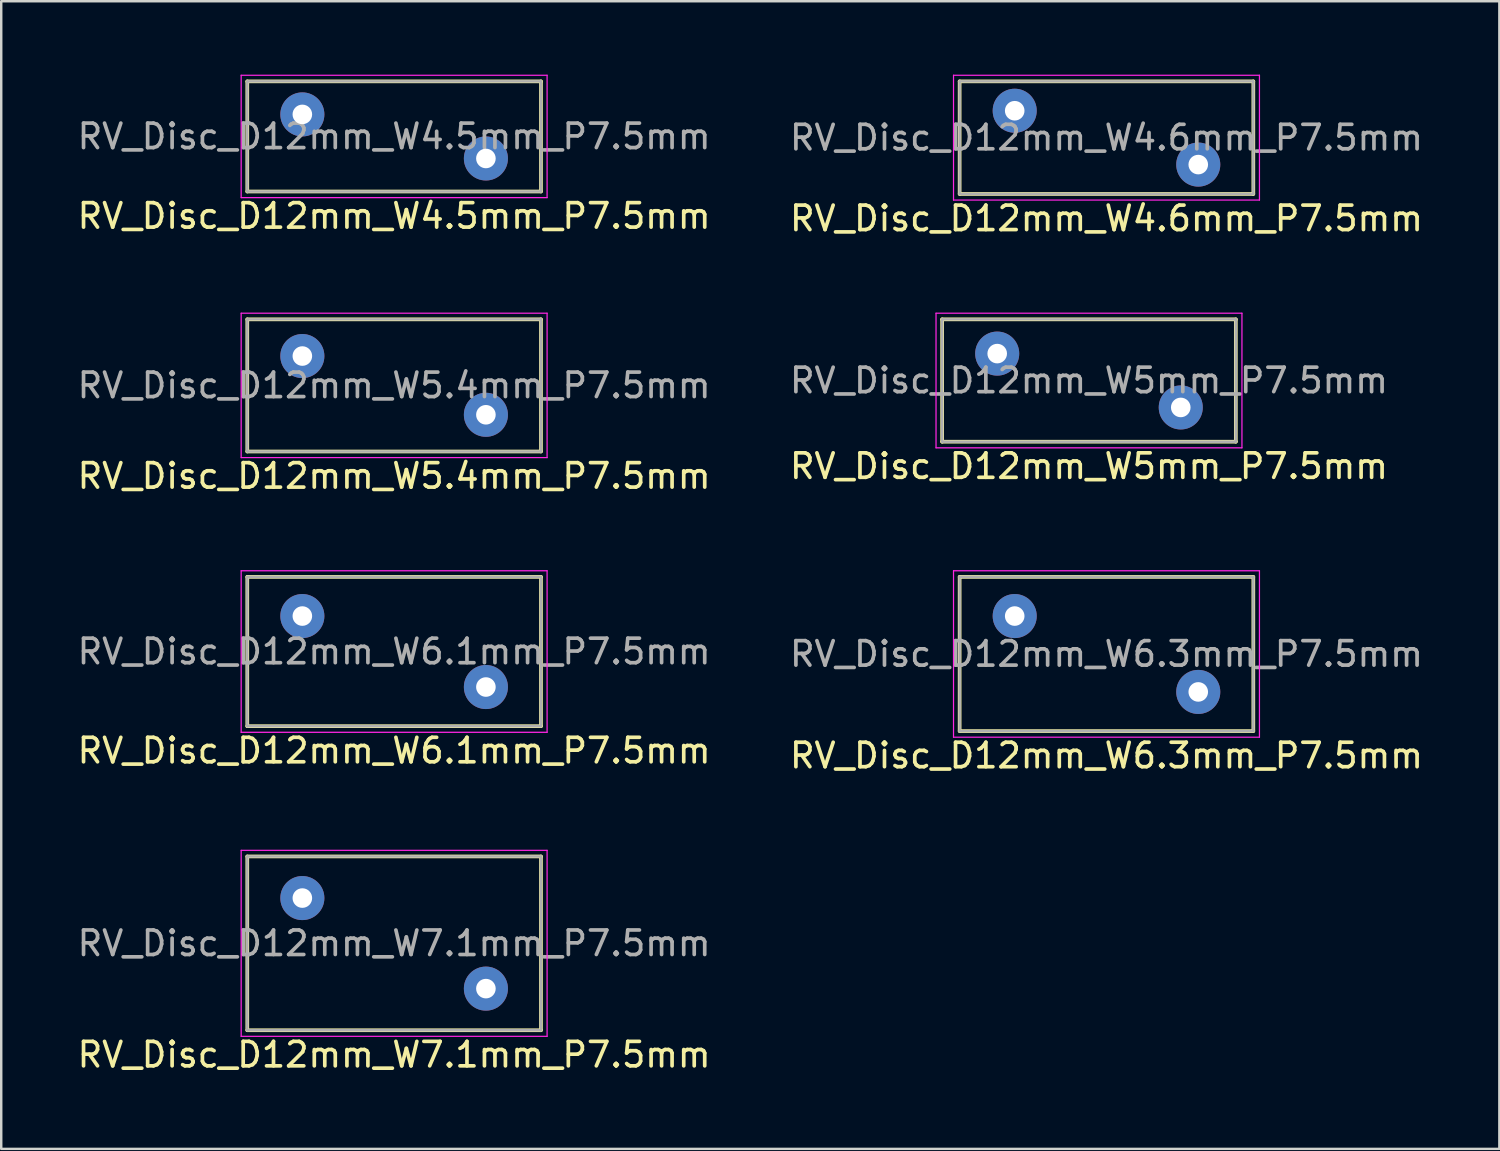
<source format=kicad_pcb>
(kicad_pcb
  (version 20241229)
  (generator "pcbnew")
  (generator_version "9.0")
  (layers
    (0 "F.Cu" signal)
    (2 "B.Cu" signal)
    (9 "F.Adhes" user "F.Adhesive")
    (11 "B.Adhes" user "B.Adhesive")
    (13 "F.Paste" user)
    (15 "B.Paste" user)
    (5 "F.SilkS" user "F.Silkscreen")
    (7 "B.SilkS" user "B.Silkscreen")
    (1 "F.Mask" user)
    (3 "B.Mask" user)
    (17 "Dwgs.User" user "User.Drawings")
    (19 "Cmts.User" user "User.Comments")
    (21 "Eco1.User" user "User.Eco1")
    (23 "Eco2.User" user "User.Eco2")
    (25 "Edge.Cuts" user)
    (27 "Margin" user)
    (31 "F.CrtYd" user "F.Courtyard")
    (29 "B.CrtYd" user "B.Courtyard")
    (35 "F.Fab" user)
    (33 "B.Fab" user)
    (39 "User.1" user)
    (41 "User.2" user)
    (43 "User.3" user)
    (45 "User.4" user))
  (footprint "RV_Disc_D12mm_W4.6mm_P7.5mm"
    (layer "F.Cu")
    (at 38.411 1.475)
    (property "Reference" "RV_Disc_D12mm_W4.6mm_P7.5mm" (at 3.75 4.4 0) (layer "F.SilkS") (effects (font (size 1 1) (thickness 0.15))))
    (attr through_hole)
    (fp_line (start -2.25 -1.2) (end -2.25 3.4) (stroke (width 0.15) (type solid)) (layer "F.SilkS"))
    (fp_line (start -2.25 -1.2) (end 9.75 -1.2) (stroke (width 0.15) (type solid)) (layer "F.SilkS"))
    (fp_line (start -2.25 3.4) (end 9.75 3.4) (stroke (width 0.15) (type solid)) (layer "F.SilkS"))
    (fp_line (start 9.75 -1.2) (end 9.75 3.4) (stroke (width 0.15) (type solid)) (layer "F.SilkS"))
    (fp_line (start -2.5 -1.45) (end -2.5 3.65) (stroke (width 0.05) (type solid)) (layer "F.CrtYd"))
    (fp_line (start -2.5 -1.45) (end 10 -1.45) (stroke (width 0.05) (type solid)) (layer "F.CrtYd"))
    (fp_line (start -2.5 3.65) (end 10 3.65) (stroke (width 0.05) (type solid)) (layer "F.CrtYd"))
    (fp_line (start 10 -1.45) (end 10 3.65) (stroke (width 0.05) (type solid)) (layer "F.CrtYd"))
    (fp_line (start -2.25 -1.2) (end -2.25 3.4) (stroke (width 0.1) (type solid)) (layer "F.Fab"))
    (fp_line (start -2.25 -1.2) (end 9.75 -1.2) (stroke (width 0.1) (type solid)) (layer "F.Fab"))
    (fp_line (start -2.25 3.4) (end 9.75 3.4) (stroke (width 0.1) (type solid)) (layer "F.Fab"))
    (fp_line (start 9.75 -1.2) (end 9.75 3.4) (stroke (width 0.1) (type solid)) (layer "F.Fab"))
    (fp_text user "${REFERENCE}" (at 3.75 1.1 0) (layer "F.Fab") (effects (font (size 1 1) (thickness 0.15))))
    (pad "1" thru_hole circle (at 0 0) (size 1.8 1.8) (drill 0.8) (layers "*.Cu" "*.Mask"))
    (pad "2" thru_hole circle (at 7.5 2.2) (size 1.8 1.8) (drill 0.8) (layers "*.Cu" "*.Mask")))
  (footprint "RV_Disc_D12mm_W5mm_P7.5mm"
    (layer "F.Cu")
    (at 37.696 11.398)
    (property "Reference" "RV_Disc_D12mm_W5mm_P7.5mm" (at 3.75 4.6 0) (layer "F.SilkS") (effects (font (size 1 1) (thickness 0.15))))
    (attr through_hole)
    (fp_line (start -2.25 -1.4) (end -2.25 3.6) (stroke (width 0.15) (type solid)) (layer "F.SilkS"))
    (fp_line (start -2.25 -1.4) (end 9.75 -1.4) (stroke (width 0.15) (type solid)) (layer "F.SilkS"))
    (fp_line (start -2.25 3.6) (end 9.75 3.6) (stroke (width 0.15) (type solid)) (layer "F.SilkS"))
    (fp_line (start 9.75 -1.4) (end 9.75 3.6) (stroke (width 0.15) (type solid)) (layer "F.SilkS"))
    (fp_line (start -2.5 -1.65) (end -2.5 3.85) (stroke (width 0.05) (type solid)) (layer "F.CrtYd"))
    (fp_line (start -2.5 -1.65) (end 10 -1.65) (stroke (width 0.05) (type solid)) (layer "F.CrtYd"))
    (fp_line (start -2.5 3.85) (end 10 3.85) (stroke (width 0.05) (type solid)) (layer "F.CrtYd"))
    (fp_line (start 10 -1.65) (end 10 3.85) (stroke (width 0.05) (type solid)) (layer "F.CrtYd"))
    (fp_line (start -2.25 -1.4) (end -2.25 3.6) (stroke (width 0.1) (type solid)) (layer "F.Fab"))
    (fp_line (start -2.25 -1.4) (end 9.75 -1.4) (stroke (width 0.1) (type solid)) (layer "F.Fab"))
    (fp_line (start -2.25 3.6) (end 9.75 3.6) (stroke (width 0.1) (type solid)) (layer "F.Fab"))
    (fp_line (start 9.75 -1.4) (end 9.75 3.6) (stroke (width 0.1) (type solid)) (layer "F.Fab"))
    (fp_text user "${REFERENCE}" (at 3.75 1.1 0) (layer "F.Fab") (effects (font (size 1 1) (thickness 0.15))))
    (pad "1" thru_hole circle (at 0 0) (size 1.8 1.8) (drill 0.8) (layers "*.Cu" "*.Mask"))
    (pad "2" thru_hole circle (at 7.5 2.2) (size 1.8 1.8) (drill 0.8) (layers "*.Cu" "*.Mask")))
  (footprint "RV_Disc_D12mm_W6.1mm_P7.5mm"
    (layer "F.Cu")
    (at 9.304 22.122)
    (property "Reference" "RV_Disc_D12mm_W6.1mm_P7.5mm" (at 3.75 5.5 0) (layer "F.SilkS") (effects (font (size 1 1) (thickness 0.15))))
    (attr through_hole)
    (fp_line (start -2.25 -1.6) (end -2.25 4.5) (stroke (width 0.15) (type solid)) (layer "F.SilkS"))
    (fp_line (start -2.25 -1.6) (end 9.75 -1.6) (stroke (width 0.15) (type solid)) (layer "F.SilkS"))
    (fp_line (start -2.25 4.5) (end 9.75 4.5) (stroke (width 0.15) (type solid)) (layer "F.SilkS"))
    (fp_line (start 9.75 -1.6) (end 9.75 4.5) (stroke (width 0.15) (type solid)) (layer "F.SilkS"))
    (fp_line (start -2.5 -1.85) (end -2.5 4.75) (stroke (width 0.05) (type solid)) (layer "F.CrtYd"))
    (fp_line (start -2.5 -1.85) (end 10 -1.85) (stroke (width 0.05) (type solid)) (layer "F.CrtYd"))
    (fp_line (start -2.5 4.75) (end 10 4.75) (stroke (width 0.05) (type solid)) (layer "F.CrtYd"))
    (fp_line (start 10 -1.85) (end 10 4.75) (stroke (width 0.05) (type solid)) (layer "F.CrtYd"))
    (fp_line (start -2.25 -1.6) (end -2.25 4.5) (stroke (width 0.1) (type solid)) (layer "F.Fab"))
    (fp_line (start -2.25 -1.6) (end 9.75 -1.6) (stroke (width 0.1) (type solid)) (layer "F.Fab"))
    (fp_line (start -2.25 4.5) (end 9.75 4.5) (stroke (width 0.1) (type solid)) (layer "F.Fab"))
    (fp_line (start 9.75 -1.6) (end 9.75 4.5) (stroke (width 0.1) (type solid)) (layer "F.Fab"))
    (fp_text user "${REFERENCE}" (at 3.75 1.45 0) (layer "F.Fab") (effects (font (size 1 1) (thickness 0.15))))
    (pad "1" thru_hole circle (at 0 0) (size 1.8 1.8) (drill 0.8) (layers "*.Cu" "*.Mask"))
    (pad "2" thru_hole circle (at 7.5 2.9) (size 1.8 1.8) (drill 0.8) (layers "*.Cu" "*.Mask")))
  (footprint "RV_Disc_D12mm_W5.4mm_P7.5mm"
    (layer "F.Cu")
    (at 9.304 11.498)
    (property "Reference" "RV_Disc_D12mm_W5.4mm_P7.5mm" (at 3.75 4.9 0) (layer "F.SilkS") (effects (font (size 1 1) (thickness 0.15))))
    (attr through_hole)
    (fp_line (start -2.25 -1.5) (end -2.25 3.9) (stroke (width 0.15) (type solid)) (layer "F.SilkS"))
    (fp_line (start -2.25 -1.5) (end 9.75 -1.5) (stroke (width 0.15) (type solid)) (layer "F.SilkS"))
    (fp_line (start -2.25 3.9) (end 9.75 3.9) (stroke (width 0.15) (type solid)) (layer "F.SilkS"))
    (fp_line (start 9.75 -1.5) (end 9.75 3.9) (stroke (width 0.15) (type solid)) (layer "F.SilkS"))
    (fp_line (start -2.5 -1.75) (end -2.5 4.15) (stroke (width 0.05) (type solid)) (layer "F.CrtYd"))
    (fp_line (start -2.5 -1.75) (end 10 -1.75) (stroke (width 0.05) (type solid)) (layer "F.CrtYd"))
    (fp_line (start -2.5 4.15) (end 10 4.15) (stroke (width 0.05) (type solid)) (layer "F.CrtYd"))
    (fp_line (start 10 -1.75) (end 10 4.15) (stroke (width 0.05) (type solid)) (layer "F.CrtYd"))
    (fp_line (start -2.25 -1.5) (end -2.25 3.9) (stroke (width 0.1) (type solid)) (layer "F.Fab"))
    (fp_line (start -2.25 -1.5) (end 9.75 -1.5) (stroke (width 0.1) (type solid)) (layer "F.Fab"))
    (fp_line (start -2.25 3.9) (end 9.75 3.9) (stroke (width 0.1) (type solid)) (layer "F.Fab"))
    (fp_line (start 9.75 -1.5) (end 9.75 3.9) (stroke (width 0.1) (type solid)) (layer "F.Fab"))
    (fp_text user "${REFERENCE}" (at 3.75 1.2 0) (layer "F.Fab") (effects (font (size 1 1) (thickness 0.15))))
    (pad "1" thru_hole circle (at 0 0) (size 1.8 1.8) (drill 0.8) (layers "*.Cu" "*.Mask"))
    (pad "2" thru_hole circle (at 7.5 2.4) (size 1.8 1.8) (drill 0.8) (layers "*.Cu" "*.Mask")))
  (footprint "RV_Disc_D12mm_W7.1mm_P7.5mm"
    (layer "F.Cu")
    (at 9.304 33.645)
    (property "Reference" "RV_Disc_D12mm_W7.1mm_P7.5mm" (at 3.75 6.4 0) (layer "F.SilkS") (effects (font (size 1 1) (thickness 0.15))))
    (attr through_hole)
    (fp_line (start -2.25 -1.7) (end -2.25 5.4) (stroke (width 0.15) (type solid)) (layer "F.SilkS"))
    (fp_line (start -2.25 -1.7) (end 9.75 -1.7) (stroke (width 0.15) (type solid)) (layer "F.SilkS"))
    (fp_line (start -2.25 5.4) (end 9.75 5.4) (stroke (width 0.15) (type solid)) (layer "F.SilkS"))
    (fp_line (start 9.75 -1.7) (end 9.75 5.4) (stroke (width 0.15) (type solid)) (layer "F.SilkS"))
    (fp_line (start -2.5 -1.95) (end -2.5 5.65) (stroke (width 0.05) (type solid)) (layer "F.CrtYd"))
    (fp_line (start -2.5 -1.95) (end 10 -1.95) (stroke (width 0.05) (type solid)) (layer "F.CrtYd"))
    (fp_line (start -2.5 5.65) (end 10 5.65) (stroke (width 0.05) (type solid)) (layer "F.CrtYd"))
    (fp_line (start 10 -1.95) (end 10 5.65) (stroke (width 0.05) (type solid)) (layer "F.CrtYd"))
    (fp_line (start -2.25 -1.7) (end -2.25 5.4) (stroke (width 0.1) (type solid)) (layer "F.Fab"))
    (fp_line (start -2.25 -1.7) (end 9.75 -1.7) (stroke (width 0.1) (type solid)) (layer "F.Fab"))
    (fp_line (start -2.25 5.4) (end 9.75 5.4) (stroke (width 0.1) (type solid)) (layer "F.Fab"))
    (fp_line (start 9.75 -1.7) (end 9.75 5.4) (stroke (width 0.1) (type solid)) (layer "F.Fab"))
    (fp_text user "${REFERENCE}" (at 3.75 1.85 0) (layer "F.Fab") (effects (font (size 1 1) (thickness 0.15))))
    (pad "1" thru_hole circle (at 0 0) (size 1.8 1.8) (drill 0.8) (layers "*.Cu" "*.Mask"))
    (pad "2" thru_hole circle (at 7.5 3.7) (size 1.8 1.8) (drill 0.8) (layers "*.Cu" "*.Mask")))
  (footprint "RV_Disc_D12mm_W6.3mm_P7.5mm"
    (layer "F.Cu")
    (at 38.411 22.122)
    (property "Reference" "RV_Disc_D12mm_W6.3mm_P7.5mm" (at 3.75 5.7 0) (layer "F.SilkS") (effects (font (size 1 1) (thickness 0.15))))
    (attr through_hole)
    (fp_line (start -2.25 -1.6) (end -2.25 4.7) (stroke (width 0.15) (type solid)) (layer "F.SilkS"))
    (fp_line (start -2.25 -1.6) (end 9.75 -1.6) (stroke (width 0.15) (type solid)) (layer "F.SilkS"))
    (fp_line (start -2.25 4.7) (end 9.75 4.7) (stroke (width 0.15) (type solid)) (layer "F.SilkS"))
    (fp_line (start 9.75 -1.6) (end 9.75 4.7) (stroke (width 0.15) (type solid)) (layer "F.SilkS"))
    (fp_line (start -2.5 -1.85) (end -2.5 4.95) (stroke (width 0.05) (type solid)) (layer "F.CrtYd"))
    (fp_line (start -2.5 -1.85) (end 10 -1.85) (stroke (width 0.05) (type solid)) (layer "F.CrtYd"))
    (fp_line (start -2.5 4.95) (end 10 4.95) (stroke (width 0.05) (type solid)) (layer "F.CrtYd"))
    (fp_line (start 10 -1.85) (end 10 4.95) (stroke (width 0.05) (type solid)) (layer "F.CrtYd"))
    (fp_line (start -2.25 -1.6) (end -2.25 4.7) (stroke (width 0.1) (type solid)) (layer "F.Fab"))
    (fp_line (start -2.25 -1.6) (end 9.75 -1.6) (stroke (width 0.1) (type solid)) (layer "F.Fab"))
    (fp_line (start -2.25 4.7) (end 9.75 4.7) (stroke (width 0.1) (type solid)) (layer "F.Fab"))
    (fp_line (start 9.75 -1.6) (end 9.75 4.7) (stroke (width 0.1) (type solid)) (layer "F.Fab"))
    (fp_text user "${REFERENCE}" (at 3.75 1.55 0) (layer "F.Fab") (effects (font (size 1 1) (thickness 0.15))))
    (pad "1" thru_hole circle (at 0 0) (size 1.8 1.8) (drill 0.8) (layers "*.Cu" "*.Mask"))
    (pad "2" thru_hole circle (at 7.5 3.1) (size 1.8 1.8) (drill 0.8) (layers "*.Cu" "*.Mask")))
  (footprint "RV_Disc_D12mm_W4.5mm_P7.5mm"
    (layer "F.Cu")
    (at 9.304 1.625)
    (property "Reference" "RV_Disc_D12mm_W4.5mm_P7.5mm" (at 3.75 4.15 0) (layer "F.SilkS") (effects (font (size 1 1) (thickness 0.15))))
    (attr through_hole)
    (fp_line (start -2.25 -1.35) (end -2.25 3.15) (stroke (width 0.15) (type solid)) (layer "F.SilkS"))
    (fp_line (start -2.25 -1.35) (end 9.75 -1.35) (stroke (width 0.15) (type solid)) (layer "F.SilkS"))
    (fp_line (start -2.25 3.15) (end 9.75 3.15) (stroke (width 0.15) (type solid)) (layer "F.SilkS"))
    (fp_line (start 9.75 -1.35) (end 9.75 3.15) (stroke (width 0.15) (type solid)) (layer "F.SilkS"))
    (fp_line (start -2.5 -1.6) (end -2.5 3.4) (stroke (width 0.05) (type solid)) (layer "F.CrtYd"))
    (fp_line (start -2.5 -1.6) (end 10 -1.6) (stroke (width 0.05) (type solid)) (layer "F.CrtYd"))
    (fp_line (start -2.5 3.4) (end 10 3.4) (stroke (width 0.05) (type solid)) (layer "F.CrtYd"))
    (fp_line (start 10 -1.6) (end 10 3.4) (stroke (width 0.05) (type solid)) (layer "F.CrtYd"))
    (fp_line (start -2.25 -1.35) (end -2.25 3.15) (stroke (width 0.1) (type solid)) (layer "F.Fab"))
    (fp_line (start -2.25 -1.35) (end 9.75 -1.35) (stroke (width 0.1) (type solid)) (layer "F.Fab"))
    (fp_line (start -2.25 3.15) (end 9.75 3.15) (stroke (width 0.1) (type solid)) (layer "F.Fab"))
    (fp_line (start 9.75 -1.35) (end 9.75 3.15) (stroke (width 0.1) (type solid)) (layer "F.Fab"))
    (fp_text user "${REFERENCE}" (at 3.75 0.9 0) (layer "F.Fab") (effects (font (size 1 1) (thickness 0.15))))
    (pad "1" thru_hole circle (at 0 0) (size 1.8 1.8) (drill 0.8) (layers "*.Cu" "*.Mask"))
    (pad "2" thru_hole circle (at 7.5 1.8) (size 1.8 1.8) (drill 0.8) (layers "*.Cu" "*.Mask")))
  (gr_rect
    (start -3 -3)
    (end 58.214 43.893)
    (stroke (width 0.1) (type default))
    (fill no)
    (layer "Edge.Cuts")))
</source>
